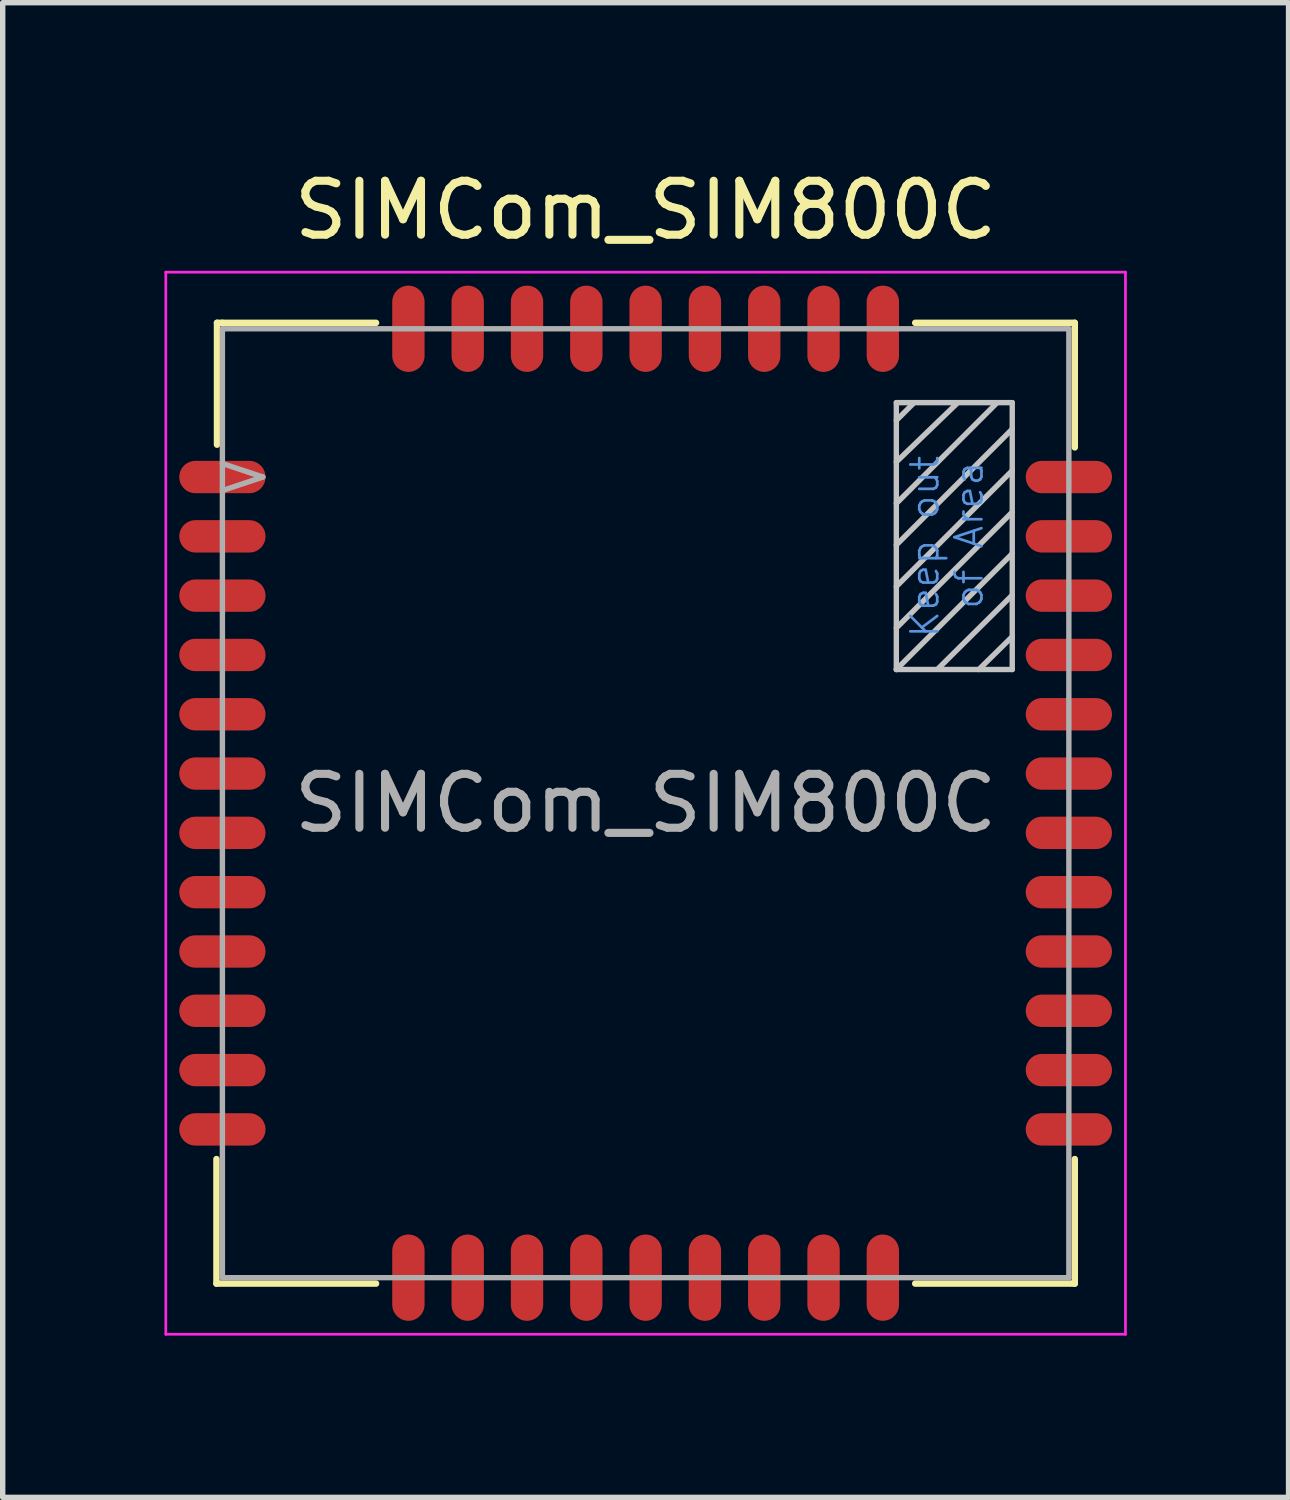
<source format=kicad_pcb>
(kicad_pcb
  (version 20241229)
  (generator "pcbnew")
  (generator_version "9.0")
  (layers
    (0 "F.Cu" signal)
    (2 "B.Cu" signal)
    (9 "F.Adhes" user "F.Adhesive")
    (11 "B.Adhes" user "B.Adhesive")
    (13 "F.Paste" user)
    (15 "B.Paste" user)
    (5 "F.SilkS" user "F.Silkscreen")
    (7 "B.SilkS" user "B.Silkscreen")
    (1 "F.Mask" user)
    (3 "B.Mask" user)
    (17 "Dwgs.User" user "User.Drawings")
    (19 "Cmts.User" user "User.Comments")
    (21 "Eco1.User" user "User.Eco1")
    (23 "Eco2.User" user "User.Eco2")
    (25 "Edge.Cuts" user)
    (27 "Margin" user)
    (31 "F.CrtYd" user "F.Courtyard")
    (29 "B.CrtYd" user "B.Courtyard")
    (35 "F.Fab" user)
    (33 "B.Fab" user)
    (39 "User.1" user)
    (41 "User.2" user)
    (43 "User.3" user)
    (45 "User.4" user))
  (footprint "SIMCom_SIM800C"
    (layer "F.Cu")
    (at 8.925 11.848)
    (property "Reference" "SIMCom_SIM800C" (at 0 -11 0) (layer "F.SilkS") (effects (font (size 1 1) (thickness 0.15))))
    (attr smd)
    (fp_line (start -7.96 8.91) (end -7.96 6.6) (stroke (width 0.12) (type solid)) (layer "F.SilkS"))
    (fp_line (start -7.96 8.91) (end -5 8.91) (stroke (width 0.12) (type solid)) (layer "F.SilkS"))
    (fp_line (start -7.95 -8.91) (end -7.95 -6.65) (stroke (width 0.12) (type solid)) (layer "F.SilkS"))
    (fp_line (start -7.85 -8.91) (end -7.95 -8.91) (stroke (width 0.12) (type solid)) (layer "F.SilkS"))
    (fp_line (start -7.85 -8.91) (end -5 -8.91) (stroke (width 0.12) (type solid)) (layer "F.SilkS"))
    (fp_line (start 7.96 -8.91) (end 5 -8.91) (stroke (width 0.12) (type solid)) (layer "F.SilkS"))
    (fp_line (start 7.96 -8.91) (end 7.96 -6.6) (stroke (width 0.12) (type solid)) (layer "F.SilkS"))
    (fp_line (start 7.96 8.91) (end 5 8.91) (stroke (width 0.12) (type solid)) (layer "F.SilkS"))
    (fp_line (start 7.96 8.91) (end 7.96 6.6) (stroke (width 0.12) (type solid)) (layer "F.SilkS"))
    (fp_line (start 4.65 -7.43) (end 4.65 -2.48) (stroke (width 0.1) (type solid)) (layer "Dwgs.User"))
    (fp_line (start 4.65 -7.43) (end 6.8 -7.43) (stroke (width 0.1) (type solid)) (layer "Dwgs.User"))
    (fp_line (start 4.65 -7.1) (end 4.97 -7.42) (stroke (width 0.1) (type solid)) (layer "Dwgs.User"))
    (fp_line (start 4.65 -6.33) (end 5.78 -7.42) (stroke (width 0.1) (type solid)) (layer "Dwgs.User"))
    (fp_line (start 4.65 -5.56) (end 6.51 -7.42) (stroke (width 0.1) (type solid)) (layer "Dwgs.User"))
    (fp_line (start 4.65 -4.79) (end 6.8 -6.94) (stroke (width 0.1) (type solid)) (layer "Dwgs.User"))
    (fp_line (start 4.65 -4.02) (end 6.8 -6.17) (stroke (width 0.1) (type solid)) (layer "Dwgs.User"))
    (fp_line (start 4.65 -3.25) (end 6.8 -5.4) (stroke (width 0.1) (type solid)) (layer "Dwgs.User"))
    (fp_line (start 4.65 -2.48) (end 6.8 -4.63) (stroke (width 0.1) (type solid)) (layer "Dwgs.User"))
    (fp_line (start 4.65 -2.48) (end 6.8 -2.48) (stroke (width 0.1) (type solid)) (layer "Dwgs.User"))
    (fp_line (start 5.415 -2.486) (end 6.8 -3.86) (stroke (width 0.1) (type solid)) (layer "Dwgs.User"))
    (fp_line (start 6.18 -2.48) (end 6.8 -3.09) (stroke (width 0.1) (type solid)) (layer "Dwgs.User"))
    (fp_line (start 6.8 -7.43) (end 6.8 -2.48) (stroke (width 0.1) (type solid)) (layer "Dwgs.User"))
    (fp_line (start -8.9 -9.85) (end -8.9 9.85) (stroke (width 0.05) (type solid)) (layer "F.CrtYd"))
    (fp_line (start -8.9 -9.85) (end 8.9 -9.85) (stroke (width 0.05) (type solid)) (layer "F.CrtYd"))
    (fp_line (start -8.9 9.85) (end 8.9 9.85) (stroke (width 0.05) (type solid)) (layer "F.CrtYd"))
    (fp_line (start 8.9 -9.85) (end 8.9 9.85) (stroke (width 0.05) (type solid)) (layer "F.CrtYd"))
    (fp_line (start -7.85 -8.8) (end -7.85 8.8) (stroke (width 0.1) (type solid)) (layer "F.Fab"))
    (fp_line (start -7.85 -8.8) (end 7.85 -8.8) (stroke (width 0.1) (type solid)) (layer "F.Fab"))
    (fp_line (start -7.85 -6.3) (end -7.1 -6.05) (stroke (width 0.1) (type solid)) (layer "F.Fab"))
    (fp_line (start -7.85 -5.8) (end -7.1 -6.05) (stroke (width 0.1) (type solid)) (layer "F.Fab"))
    (fp_line (start -7.85 8.8) (end 7.85 8.8) (stroke (width 0.1) (type solid)) (layer "F.Fab"))
    (fp_line (start 7.85 -8.8) (end 7.85 8.8) (stroke (width 0.1) (type solid)) (layer "F.Fab"))
    (fp_text user "Keep out " (at 5.18 -4.95 90) (layer "Cmts.User") (effects (font (size 0.5 0.5) (thickness 0.05))))
    (fp_text user "of Area" (at 6 -4.97 90) (layer "Cmts.User") (effects (font (size 0.5 0.5) (thickness 0.05))))
    (fp_text user "${REFERENCE}" (at 0 0 0) (layer "F.Fab") (effects (font (size 1 1) (thickness 0.15))))
    (pad "1" smd oval (at -7.85 -6.05) (size 1.6 0.6) (layers "F.Cu" "F.Mask" "F.Paste"))
    (pad "2" smd oval (at -7.85 -4.95) (size 1.6 0.6) (layers "F.Cu" "F.Mask" "F.Paste"))
    (pad "3" smd oval (at -7.85 -3.85) (size 1.6 0.6) (layers "F.Cu" "F.Mask" "F.Paste"))
    (pad "4" smd oval (at -7.85 -2.75) (size 1.6 0.6) (layers "F.Cu" "F.Mask" "F.Paste"))
    (pad "5" smd oval (at -7.85 -1.65) (size 1.6 0.6) (layers "F.Cu" "F.Mask" "F.Paste"))
    (pad "6" smd oval (at -7.85 -0.55) (size 1.6 0.6) (layers "F.Cu" "F.Mask" "F.Paste"))
    (pad "7" smd oval (at -7.85 0.55) (size 1.6 0.6) (layers "F.Cu" "F.Mask" "F.Paste"))
    (pad "8" smd oval (at -7.85 1.65) (size 1.6 0.6) (layers "F.Cu" "F.Mask" "F.Paste"))
    (pad "9" smd oval (at -7.85 2.75) (size 1.6 0.6) (layers "F.Cu" "F.Mask" "F.Paste"))
    (pad "10" smd oval (at -7.85 3.85) (size 1.6 0.6) (layers "F.Cu" "F.Mask" "F.Paste"))
    (pad "11" smd oval (at -7.85 4.95) (size 1.6 0.6) (layers "F.Cu" "F.Mask" "F.Paste"))
    (pad "12" smd oval (at -7.85 6.05) (size 1.6 0.6) (layers "F.Cu" "F.Mask" "F.Paste"))
    (pad "13" smd oval (at -4.4 8.8) (size 0.6 1.6) (layers "F.Cu" "F.Mask" "F.Paste"))
    (pad "14" smd oval (at -3.3 8.8) (size 0.6 1.6) (layers "F.Cu" "F.Mask" "F.Paste"))
    (pad "15" smd oval (at -2.2 8.8) (size 0.6 1.6) (layers "F.Cu" "F.Mask" "F.Paste"))
    (pad "16" smd oval (at -1.1 8.8) (size 0.6 1.6) (layers "F.Cu" "F.Mask" "F.Paste"))
    (pad "17" smd oval (at 0 8.8) (size 0.6 1.6) (layers "F.Cu" "F.Mask" "F.Paste"))
    (pad "18" smd oval (at 1.1 8.8) (size 0.6 1.6) (layers "F.Cu" "F.Mask" "F.Paste"))
    (pad "19" smd oval (at 2.2 8.8) (size 0.6 1.6) (layers "F.Cu" "F.Mask" "F.Paste"))
    (pad "20" smd oval (at 3.3 8.8) (size 0.6 1.6) (layers "F.Cu" "F.Mask" "F.Paste"))
    (pad "21" smd oval (at 4.4 8.8) (size 0.6 1.6) (layers "F.Cu" "F.Mask" "F.Paste"))
    (pad "22" smd oval (at 7.85 6.05) (size 1.6 0.6) (layers "F.Cu" "F.Mask" "F.Paste"))
    (pad "23" smd oval (at 7.85 4.95) (size 1.6 0.6) (layers "F.Cu" "F.Mask" "F.Paste"))
    (pad "24" smd oval (at 7.85 3.85) (size 1.6 0.6) (layers "F.Cu" "F.Mask" "F.Paste"))
    (pad "25" smd oval (at 7.85 2.75) (size 1.6 0.6) (layers "F.Cu" "F.Mask" "F.Paste"))
    (pad "26" smd oval (at 7.85 1.65) (size 1.6 0.6) (layers "F.Cu" "F.Mask" "F.Paste"))
    (pad "27" smd oval (at 7.85 0.55) (size 1.6 0.6) (layers "F.Cu" "F.Mask" "F.Paste"))
    (pad "28" smd oval (at 7.85 -0.55) (size 1.6 0.6) (layers "F.Cu" "F.Mask" "F.Paste"))
    (pad "29" smd oval (at 7.85 -1.65) (size 1.6 0.6) (layers "F.Cu" "F.Mask" "F.Paste"))
    (pad "30" smd oval (at 7.85 -2.75) (size 1.6 0.6) (layers "F.Cu" "F.Mask" "F.Paste"))
    (pad "31" smd oval (at 7.85 -3.85) (size 1.6 0.6) (layers "F.Cu" "F.Mask" "F.Paste"))
    (pad "32" smd oval (at 7.85 -4.95) (size 1.6 0.6) (layers "F.Cu" "F.Mask" "F.Paste"))
    (pad "33" smd oval (at 7.85 -6.05) (size 1.6 0.6) (layers "F.Cu" "F.Mask" "F.Paste"))
    (pad "34" smd oval (at 4.4 -8.8) (size 0.6 1.6) (layers "F.Cu" "F.Mask" "F.Paste"))
    (pad "35" smd oval (at 3.3 -8.8) (size 0.6 1.6) (layers "F.Cu" "F.Mask" "F.Paste"))
    (pad "36" smd oval (at 2.2 -8.8) (size 0.6 1.6) (layers "F.Cu" "F.Mask" "F.Paste"))
    (pad "37" smd oval (at 1.1 -8.8) (size 0.6 1.6) (layers "F.Cu" "F.Mask" "F.Paste"))
    (pad "38" smd oval (at 0 -8.8) (size 0.6 1.6) (layers "F.Cu" "F.Mask" "F.Paste"))
    (pad "39" smd oval (at -1.1 -8.8) (size 0.6 1.6) (layers "F.Cu" "F.Mask" "F.Paste"))
    (pad "40" smd oval (at -2.2 -8.8) (size 0.6 1.6) (layers "F.Cu" "F.Mask" "F.Paste"))
    (pad "41" smd oval (at -3.3 -8.8) (size 0.6 1.6) (layers "F.Cu" "F.Mask" "F.Paste"))
    (pad "42" smd oval (at -4.4 -8.8) (size 0.6 1.6) (layers "F.Cu" "F.Mask" "F.Paste")))
  (gr_rect
    (start -3 -3)
    (end 20.85 24.723)
    (stroke (width 0.1) (type default))
    (fill no)
    (layer "Edge.Cuts")))
</source>
